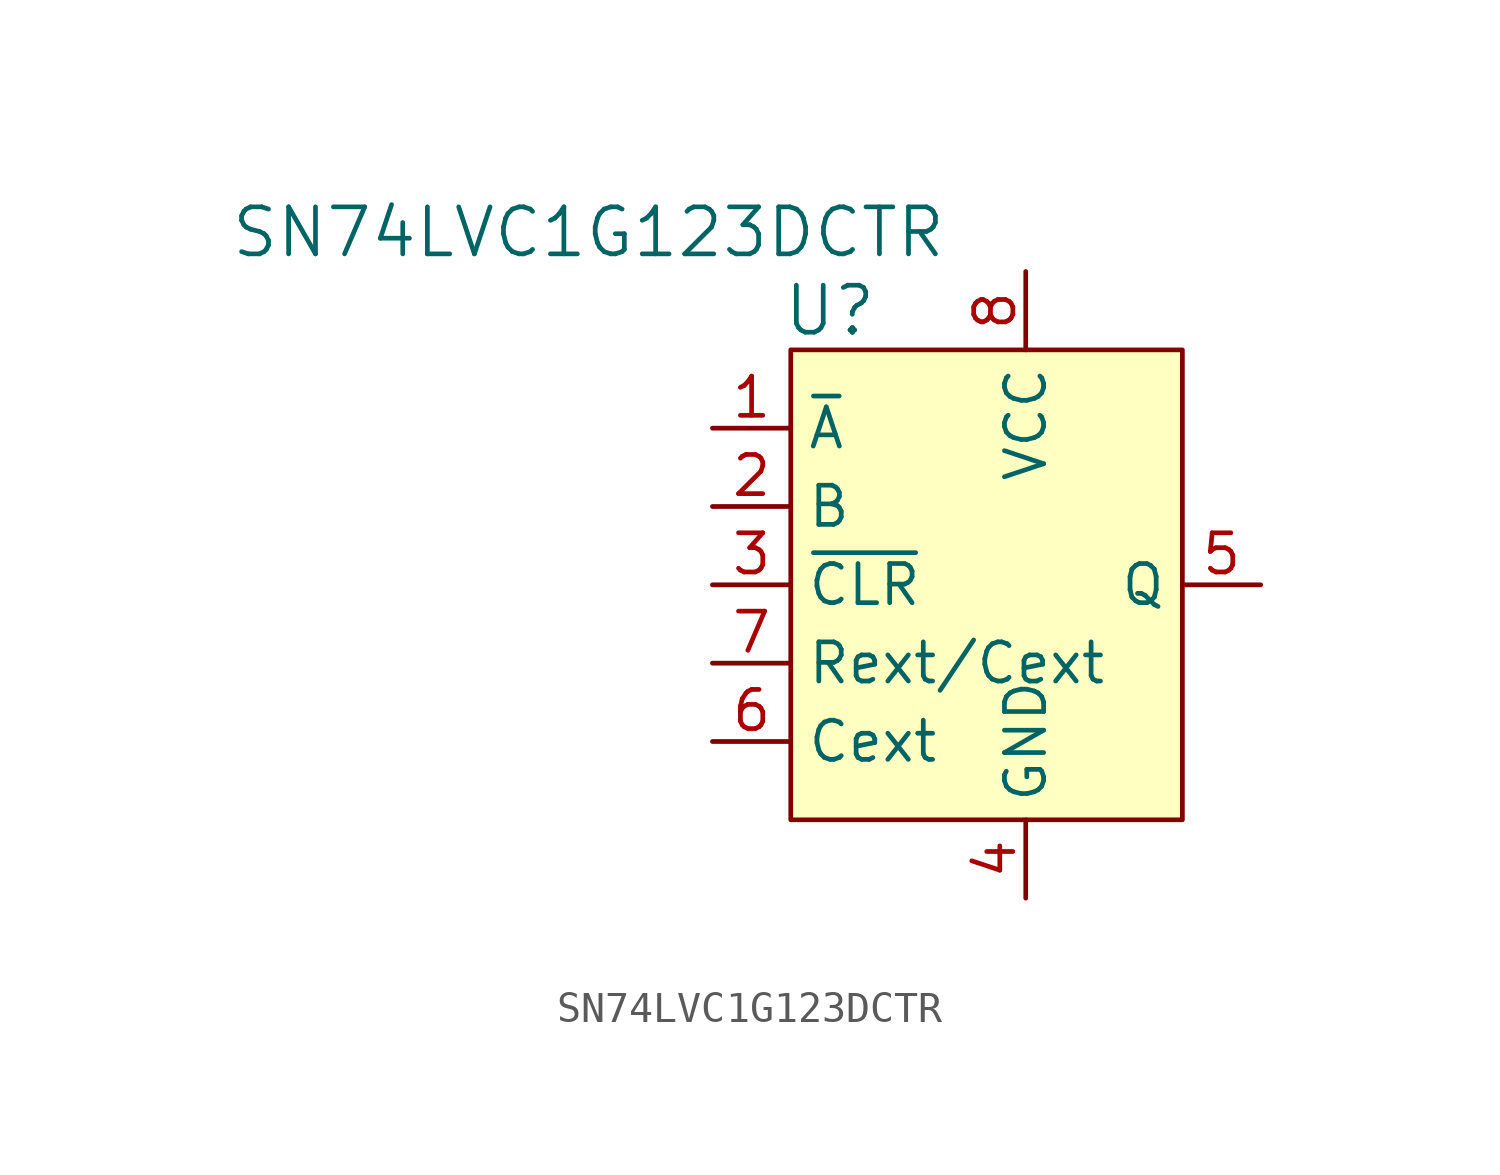
<source format=kicad_sym>
(kicad_symbol_lib
  (version 20220914)
  (generator kicad_symbol_editor)
  (symbol "SN74LVC1G123DCTR"
    (property "Reference" "U"
      (at -6.35 6.35 0)
      (effects (font (size 1.524 1.524))))
    (property "Value" "SN74LVC1G123DCTR"
      (at -2.54 8.89 0)
      (effects (font (size 1.524 1.524)) (justify right)))
    (symbol "SN74LVC1G123DCTR_0_1"
      (rectangle (start -7.62 5.08) (end 5.08 -10.16) (stroke (width 0) (type solid)) (fill (type background))))
    (symbol "SN74LVC1G123DCTR_1_1"
      (pin input line (at -10.16 2.54 0) (length 2.54) (name "~{A}" (effects (font (size 1.27 1.27)))) (number "1" (effects (font (size 1.27 1.27)))))
      (pin input line (at -10.16 0 0) (length 2.54) (name "B" (effects (font (size 1.27 1.27)))) (number "2" (effects (font (size 1.27 1.27)))))
      (pin input line (at -10.16 -2.54 0) (length 2.54) (name "~{CLR}" (effects (font (size 1.27 1.27)))) (number "3" (effects (font (size 1.27 1.27)))))
      (pin power_in line (at 0 -12.7 90) (length 2.54) (name "GND" (effects (font (size 1.27 1.27)))) (number "4" (effects (font (size 1.27 1.27)))))
      (pin output line (at 7.62 -2.54 180) (length 2.54) (name "Q" (effects (font (size 1.27 1.27)))) (number "5" (effects (font (size 1.27 1.27)))))
      (pin passive line (at -10.16 -7.62 0) (length 2.54) (name "Cext" (effects (font (size 1.27 1.27)))) (number "6" (effects (font (size 1.27 1.27)))))
      (pin passive line (at -10.16 -5.08 0) (length 2.54) (name "Rext/Cext" (effects (font (size 1.27 1.27)))) (number "7" (effects (font (size 1.27 1.27)))))
      (pin power_in line (at 0 7.62 270) (length 2.54) (name "VCC" (effects (font (size 1.27 1.27)))) (number "8" (effects (font (size 1.27 1.27))))))))
</source>
